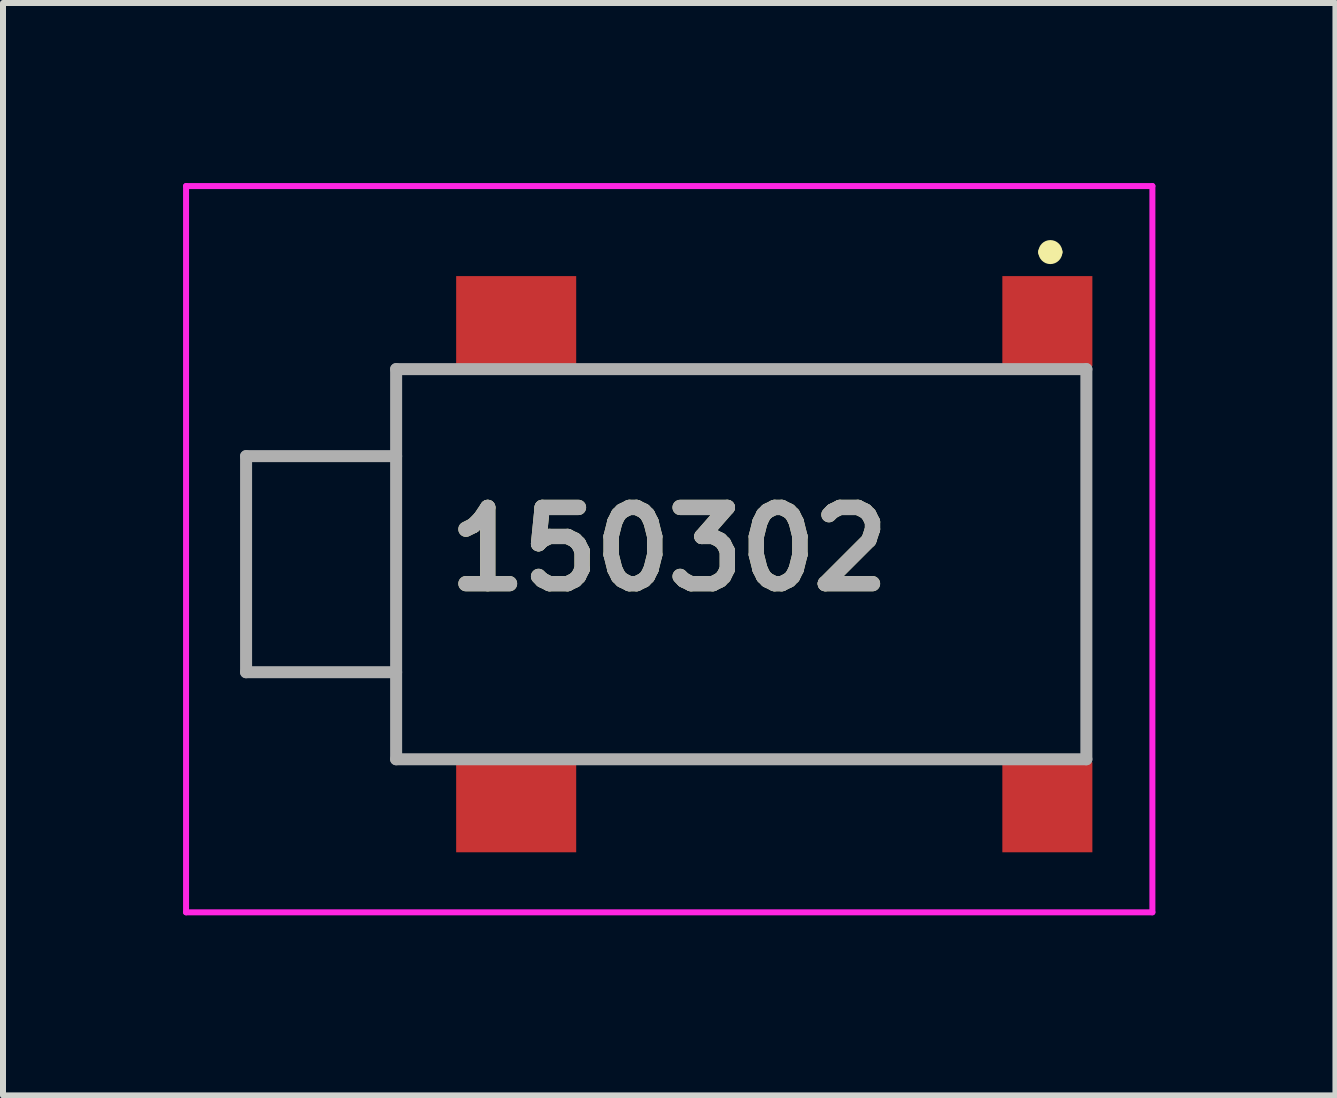
<source format=kicad_pcb>
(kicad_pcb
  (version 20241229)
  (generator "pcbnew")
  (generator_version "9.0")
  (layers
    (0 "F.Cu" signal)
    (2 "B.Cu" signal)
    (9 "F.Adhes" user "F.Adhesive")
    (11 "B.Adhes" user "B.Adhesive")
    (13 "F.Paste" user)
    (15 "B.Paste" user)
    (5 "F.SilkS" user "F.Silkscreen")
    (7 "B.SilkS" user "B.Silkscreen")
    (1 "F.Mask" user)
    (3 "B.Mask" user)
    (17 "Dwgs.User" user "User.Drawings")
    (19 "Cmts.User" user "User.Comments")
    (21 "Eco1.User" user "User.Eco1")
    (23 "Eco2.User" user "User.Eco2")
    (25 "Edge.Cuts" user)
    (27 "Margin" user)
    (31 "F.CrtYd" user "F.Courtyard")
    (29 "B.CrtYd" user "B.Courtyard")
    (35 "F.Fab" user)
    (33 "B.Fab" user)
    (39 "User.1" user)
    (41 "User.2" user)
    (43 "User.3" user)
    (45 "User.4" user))
  (footprint "150302"
    (layer "F.Cu")
    (at 8.1 6.1)
    (property "Reference" "150302" (at 0 0 0) (layer "F.SilkS") (effects (font (size 1.27 1.27) (thickness 0.254))))
    (attr smd)
    (fp_line (start -7.05 -1.55) (end -7.05 2.05) (stroke (width 0.1) (type solid)) (layer "F.SilkS"))
    (fp_line (start -7.05 2.05) (end -4.55 2.05) (stroke (width 0.1) (type solid)) (layer "F.SilkS"))
    (fp_line (start -4.55 -3) (end -4.55 -1.55) (stroke (width 0.1) (type solid)) (layer "F.SilkS"))
    (fp_line (start -4.55 -1.55) (end -7.05 -1.55) (stroke (width 0.1) (type solid)) (layer "F.SilkS"))
    (fp_line (start -4.55 2.05) (end -4.55 3.5) (stroke (width 0.1) (type solid)) (layer "F.SilkS"))
    (fp_line (start -1.05 -3) (end 4.95 -3) (stroke (width 0.1) (type solid)) (layer "F.SilkS"))
    (fp_line (start -1.05 3.5) (end 4.95 3.5) (stroke (width 0.1) (type solid)) (layer "F.SilkS"))
    (fp_line (start 6.25 -4.95) (end 6.25 -4.95) (stroke (width 0.2) (type solid)) (layer "F.SilkS"))
    (fp_line (start 6.45 -4.95) (end 6.45 -4.95) (stroke (width 0.2) (type solid)) (layer "F.SilkS"))
    (fp_line (start 6.95 -2.25) (end 6.95 2.75) (stroke (width 0.1) (type solid)) (layer "F.SilkS"))
    (fp_arc (start 6.25 -4.95) (mid 6.35 -5.05) (end 6.45 -4.95) (stroke (width 0.2) (type solid)) (layer "F.SilkS"))
    (fp_arc (start 6.45 -4.95) (mid 6.35 -4.85) (end 6.25 -4.95) (stroke (width 0.2) (type solid)) (layer "F.SilkS"))
    (fp_line (start -8.05 -6.05) (end 8.05 -6.05) (stroke (width 0.1) (type solid)) (layer "F.CrtYd"))
    (fp_line (start -8.05 6.05) (end -8.05 -6.05) (stroke (width 0.1) (type solid)) (layer "F.CrtYd"))
    (fp_line (start 8.05 -6.05) (end 8.05 6.05) (stroke (width 0.1) (type solid)) (layer "F.CrtYd"))
    (fp_line (start 8.05 6.05) (end -8.05 6.05) (stroke (width 0.1) (type solid)) (layer "F.CrtYd"))
    (fp_line (start -7.05 -1.55) (end -7.05 2.05) (stroke (width 0.2) (type solid)) (layer "F.Fab"))
    (fp_line (start -7.05 2.05) (end -4.55 2.05) (stroke (width 0.2) (type solid)) (layer "F.Fab"))
    (fp_line (start -4.55 -3) (end 6.95 -3) (stroke (width 0.2) (type solid)) (layer "F.Fab"))
    (fp_line (start -4.55 -1.55) (end -7.05 -1.55) (stroke (width 0.2) (type solid)) (layer "F.Fab"))
    (fp_line (start -4.55 3.5) (end -4.55 -3) (stroke (width 0.2) (type solid)) (layer "F.Fab"))
    (fp_line (start 6.95 -3) (end 6.95 3.5) (stroke (width 0.2) (type solid)) (layer "F.Fab"))
    (fp_line (start 6.95 3.5) (end -4.55 3.5) (stroke (width 0.2) (type solid)) (layer "F.Fab"))
    (fp_text user "${REFERENCE}" (at 0 0 0) (layer "F.Fab") (effects (font (size 1.27 1.27) (thickness 0.254))))
    (pad "1" smd rect (at 6.3 -3.8 90) (size 1.5 1.5) (layers "F.Cu" "F.Mask" "F.Paste"))
    (pad "2" smd rect (at -2.55 -3.8 90) (size 1.5 2) (layers "F.Cu" "F.Mask" "F.Paste"))
    (pad "3" smd rect (at -2.55 4.3 90) (size 1.5 2) (layers "F.Cu" "F.Mask" "F.Paste"))
    (pad "4" smd rect (at 6.3 4.3 90) (size 1.5 1.5) (layers "F.Cu" "F.Mask" "F.Paste")))
  (gr_rect
    (start -3 -3)
    (end 19.2 15.2)
    (stroke (width 0.1) (type default))
    (fill no)
    (layer "Edge.Cuts")))
</source>
